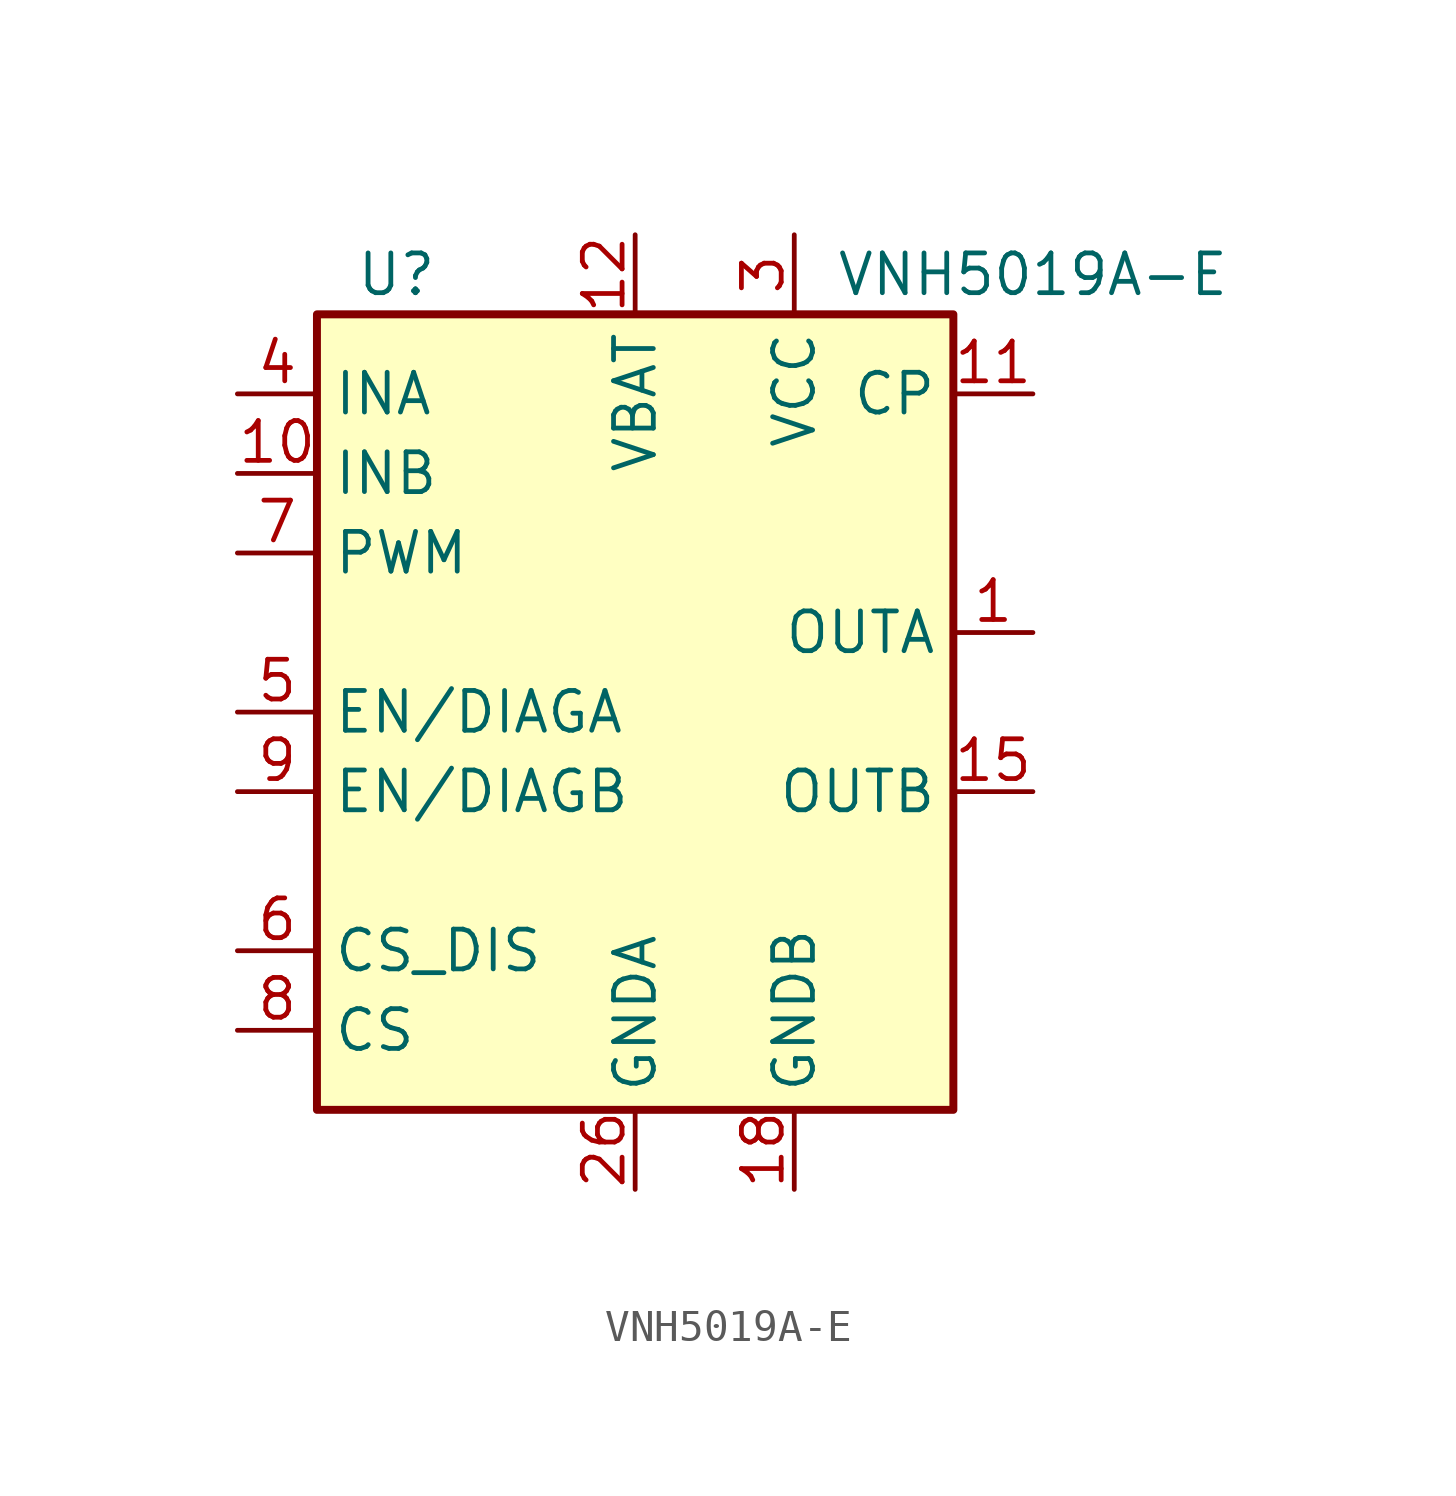
<source format=kicad_sym>
(kicad_symbol_lib
  (version 20201005)
  (generator kicad_symbol_editor)
  (symbol "VNH5019A-E"
    (property "Reference" "U"
      (at -7.62 13.97 0)
      (effects (font (size 1.27 1.27))))
    (property "Value" "VNH5019A-E"
      (at 12.7 13.97 0)
      (effects (font (size 1.27 1.27))))
    (symbol "VNH5019A-E_0_1"
      (rectangle (start -10.16 12.7) (end 10.16 -12.7) (stroke (width 0.254)) (fill (type background))))
    (symbol "VNH5019A-E_1_1"
      (pin output line (at 12.7 2.54 180) (length 2.54) (name "OUTA" (effects (font (size 1.27 1.27)))) (number "1" (effects (font (size 1.27 1.27)))))
      (pin input line (at -12.7 7.62 0) (length 2.54) (name "INB" (effects (font (size 1.27 1.27)))) (number "10" (effects (font (size 1.27 1.27)))))
      (pin output line (at 12.7 10.16 180) (length 2.54) (name "CP" (effects (font (size 1.27 1.27)))) (number "11" (effects (font (size 1.27 1.27)))))
      (pin power_in line (at 0 15.24 270) (length 2.54) (name "VBAT" (effects (font (size 1.27 1.27)))) (number "12" (effects (font (size 1.27 1.27)))))
      (pin passive line (at 5.08 15.24 270) (length 2.54) hide (name "VCC" (effects (font (size 1.27 1.27)))) (number "13" (effects (font (size 1.27 1.27)))))
      (pin no_connect line (at 10.16 -10.16 180) (length 2.54) hide (name "NC" (effects (font (size 1.27 1.27)))) (number "14" (effects (font (size 1.27 1.27)))))
      (pin output line (at 12.7 -2.54 180) (length 2.54) (name "OUTB" (effects (font (size 1.27 1.27)))) (number "15" (effects (font (size 1.27 1.27)))))
      (pin passive line (at 12.7 -2.54 180) (length 2.54) hide (name "OUTB" (effects (font (size 1.27 1.27)))) (number "16" (effects (font (size 1.27 1.27)))))
      (pin no_connect line (at 10.16 -5.08 180) (length 2.54) hide (name "NC" (effects (font (size 1.27 1.27)))) (number "17" (effects (font (size 1.27 1.27)))))
      (pin power_in line (at 5.08 -15.24 90) (length 2.54) (name "GNDB" (effects (font (size 1.27 1.27)))) (number "18" (effects (font (size 1.27 1.27)))))
      (pin passive line (at 5.08 -15.24 90) (length 2.54) hide (name "GNDB" (effects (font (size 1.27 1.27)))) (number "19" (effects (font (size 1.27 1.27)))))
      (pin no_connect line (at 10.16 -7.62 180) (length 2.54) hide (name "NC" (effects (font (size 1.27 1.27)))) (number "2" (effects (font (size 1.27 1.27)))))
      (pin passive line (at 5.08 -15.24 90) (length 2.54) hide (name "GNDB" (effects (font (size 1.27 1.27)))) (number "20" (effects (font (size 1.27 1.27)))))
      (pin passive line (at 12.7 -2.54 180) (length 2.54) hide (name "OUTB" (effects (font (size 1.27 1.27)))) (number "21" (effects (font (size 1.27 1.27)))))
      (pin no_connect line (at 10.16 0 180) (length 2.54) hide (name "NC" (effects (font (size 1.27 1.27)))) (number "22" (effects (font (size 1.27 1.27)))))
      (pin passive line (at 5.08 15.24 270) (length 2.54) hide (name "VCC" (effects (font (size 1.27 1.27)))) (number "23" (effects (font (size 1.27 1.27)))))
      (pin no_connect line (at 10.16 5.08 180) (length 2.54) hide (name "NC" (effects (font (size 1.27 1.27)))) (number "24" (effects (font (size 1.27 1.27)))))
      (pin passive line (at 12.7 2.54 180) (length 2.54) hide (name "OUTA" (effects (font (size 1.27 1.27)))) (number "25" (effects (font (size 1.27 1.27)))))
      (pin power_in line (at 0 -15.24 90) (length 2.54) (name "GNDA" (effects (font (size 1.27 1.27)))) (number "26" (effects (font (size 1.27 1.27)))))
      (pin passive line (at 0 -15.24 90) (length 2.54) hide (name "GNDA" (effects (font (size 1.27 1.27)))) (number "27" (effects (font (size 1.27 1.27)))))
      (pin passive line (at 0 -15.24 90) (length 2.54) hide (name "GNDA" (effects (font (size 1.27 1.27)))) (number "28" (effects (font (size 1.27 1.27)))))
      (pin no_connect line (at 10.16 7.62 180) (length 2.54) hide (name "NC" (effects (font (size 1.27 1.27)))) (number "29" (effects (font (size 1.27 1.27)))))
      (pin power_in line (at 5.08 15.24 270) (length 2.54) (name "VCC" (effects (font (size 1.27 1.27)))) (number "3" (effects (font (size 1.27 1.27)))))
      (pin passive line (at 12.7 2.54 180) (length 2.54) hide (name "OUTA" (effects (font (size 1.27 1.27)))) (number "30" (effects (font (size 1.27 1.27)))))
      (pin passive line (at 5.08 15.24 270) (length 2.54) hide (name "VCC" (effects (font (size 1.27 1.27)))) (number "31" (effects (font (size 1.27 1.27)))))
      (pin passive line (at 12.7 -2.54 180) (length 2.54) hide (name "OUTB" (effects (font (size 1.27 1.27)))) (number "32" (effects (font (size 1.27 1.27)))))
      (pin passive line (at 12.7 2.54 180) (length 2.54) hide (name "OUTA" (effects (font (size 1.27 1.27)))) (number "33" (effects (font (size 1.27 1.27)))))
      (pin input line (at -12.7 10.16 0) (length 2.54) (name "INA" (effects (font (size 1.27 1.27)))) (number "4" (effects (font (size 1.27 1.27)))))
      (pin open_collector line (at -12.7 0 0) (length 2.54) (name "EN/DIAGA" (effects (font (size 1.27 1.27)))) (number "5" (effects (font (size 1.27 1.27)))))
      (pin input line (at -12.7 -7.62 0) (length 2.54) (name "CS_DIS" (effects (font (size 1.27 1.27)))) (number "6" (effects (font (size 1.27 1.27)))))
      (pin input line (at -12.7 5.08 0) (length 2.54) (name "PWM" (effects (font (size 1.27 1.27)))) (number "7" (effects (font (size 1.27 1.27)))))
      (pin output line (at -12.7 -10.16 0) (length 2.54) (name "CS" (effects (font (size 1.27 1.27)))) (number "8" (effects (font (size 1.27 1.27)))))
      (pin open_collector line (at -12.7 -2.54 0) (length 2.54) (name "EN/DIAGB" (effects (font (size 1.27 1.27)))) (number "9" (effects (font (size 1.27 1.27))))))))
</source>
